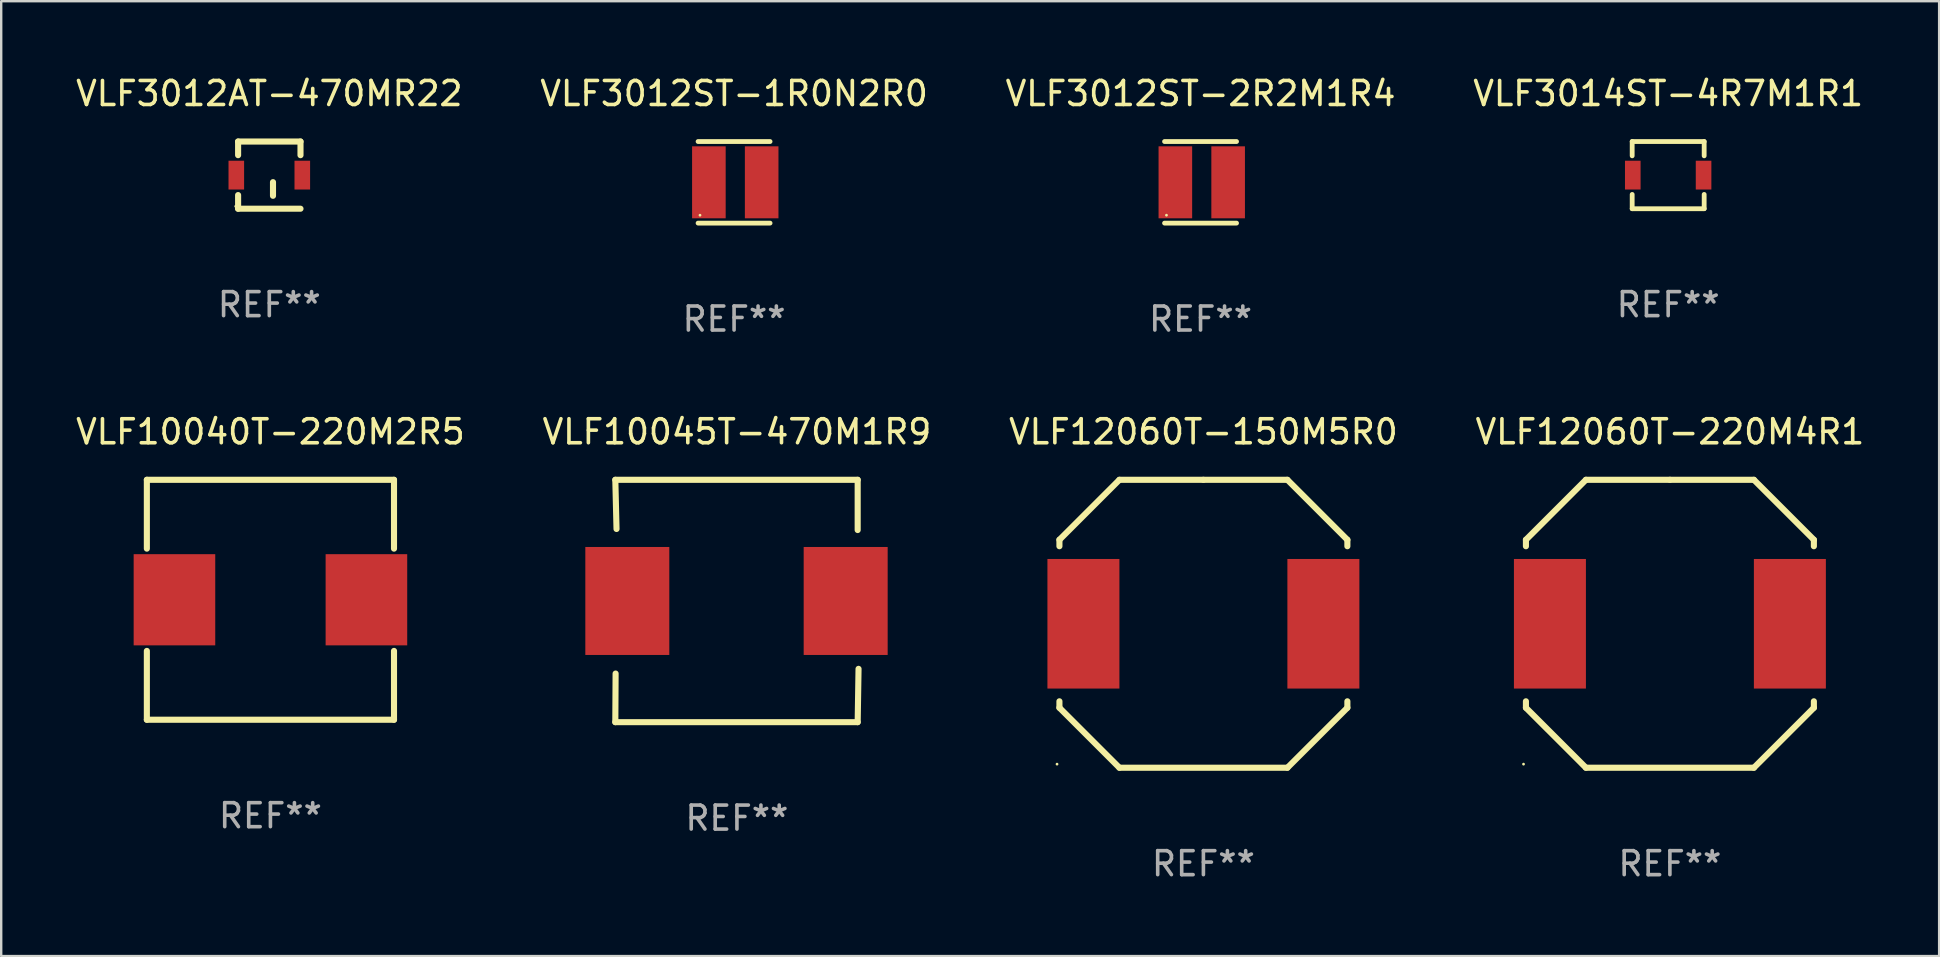
<source format=kicad_pcb>
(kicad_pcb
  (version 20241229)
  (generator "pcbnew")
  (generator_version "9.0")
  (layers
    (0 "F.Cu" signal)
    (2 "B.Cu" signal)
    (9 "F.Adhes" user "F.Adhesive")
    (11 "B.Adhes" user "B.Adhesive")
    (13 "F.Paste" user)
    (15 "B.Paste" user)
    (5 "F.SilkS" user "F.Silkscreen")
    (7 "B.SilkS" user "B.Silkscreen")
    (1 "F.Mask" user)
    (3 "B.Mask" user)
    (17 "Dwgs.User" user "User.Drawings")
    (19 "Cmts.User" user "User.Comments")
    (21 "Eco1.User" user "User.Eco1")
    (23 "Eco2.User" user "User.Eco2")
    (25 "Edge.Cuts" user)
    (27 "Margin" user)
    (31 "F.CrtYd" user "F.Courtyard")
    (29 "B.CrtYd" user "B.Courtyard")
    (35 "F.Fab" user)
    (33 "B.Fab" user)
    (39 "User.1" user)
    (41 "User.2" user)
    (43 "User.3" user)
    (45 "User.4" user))
  (footprint "VLF3012ST-2R2M1R4"
    (layer "F.Cu")
    (at 46.982 4.548)
    (property "Reference" "VLF3012ST-2R2M1R4" (at 0 -3.7 0) (layer "F.SilkS") (effects (font (size 1 1) (thickness 0.15))))
    (attr through_hole)
    (fp_line (start -1.5 -1.7) (end 1.5 -1.7) (stroke (width 0.2) (type solid)) (layer "F.SilkS"))
    (fp_line (start -1.5 1.7) (end 1.5 1.7) (stroke (width 0.2) (type solid)) (layer "F.SilkS"))
    (fp_circle (center -1.42 1.37) (end -1.39 1.37) (stroke (width 0.06) (type solid)) (fill no) (layer "F.SilkS"))
    (fp_text user "REF**" (at 0 5.7 0) (layer "F.Fab") (effects (font (size 1 1) (thickness 0.15))))
    (pad "1" smd rect (at -1.05 0) (size 1.4 3) (layers "F.Cu" "F.Mask" "F.Paste"))
    (pad "2" smd rect (at 1.15 0) (size 1.4 3) (layers "F.Cu" "F.Mask" "F.Paste")))
  (footprint "VLF3014ST-4R7M1R1"
    (layer "F.Cu")
    (at 66.47 4.248)
    (property "Reference" "VLF3014ST-4R7M1R1" (at 0 -3.4 0) (layer "F.SilkS") (effects (font (size 1 1) (thickness 0.15))))
    (attr through_hole)
    (fp_line (start -1.5 -1.4) (end -1.5 -0.804) (stroke (width 0.2) (type solid)) (layer "F.SilkS"))
    (fp_line (start -1.5 -1.4) (end 1.5 -1.4) (stroke (width 0.2) (type solid)) (layer "F.SilkS"))
    (fp_line (start -1.5 0.804) (end -1.5 1.4) (stroke (width 0.2) (type solid)) (layer "F.SilkS"))
    (fp_line (start -1.5 1.4) (end 1.5 1.4) (stroke (width 0.2) (type solid)) (layer "F.SilkS"))
    (fp_line (start 1.5 -1.4) (end 1.5 -0.804) (stroke (width 0.2) (type solid)) (layer "F.SilkS"))
    (fp_line (start 1.5 0.804) (end 1.5 1.4) (stroke (width 0.2) (type solid)) (layer "F.SilkS"))
    (fp_circle (center -1.5 1.4) (end -1.47 1.4) (stroke (width 0.06) (type solid)) (fill no) (layer "F.SilkS"))
    (fp_text user "REF**" (at 0 5.4 0) (layer "F.Fab") (effects (font (size 1 1) (thickness 0.15))))
    (pad "1" smd rect (at -1.475 0) (size 0.65 1.2) (layers "F.Cu" "F.Mask" "F.Paste"))
    (pad "2" smd rect (at 1.475 0) (size 0.65 1.2) (layers "F.Cu" "F.Mask" "F.Paste")))
  (footprint "VLF12060T-150M5R0"
    (layer "F.Cu")
    (at 47.101 22.945)
    (property "Reference" "VLF12060T-150M5R0" (at 0 -8 0) (layer "F.SilkS") (effects (font (size 1 1) (thickness 0.15))))
    (attr through_hole)
    (fp_line (start -6 -3.5) (end -3.5 -6) (stroke (width 0.254) (type solid)) (layer "F.SilkS"))
    (fp_line (start -6 -3.231) (end -6 -3.5) (stroke (width 0.254) (type solid)) (layer "F.SilkS"))
    (fp_line (start -6 3.5) (end -6 3.231) (stroke (width 0.254) (type solid)) (layer "F.SilkS"))
    (fp_line (start -3.5 -6) (end 0 -6) (stroke (width 0.254) (type solid)) (layer "F.SilkS"))
    (fp_line (start -3.5 6) (end -6 3.5) (stroke (width 0.254) (type solid)) (layer "F.SilkS"))
    (fp_line (start 0 -6) (end 3.5 -6) (stroke (width 0.254) (type solid)) (layer "F.SilkS"))
    (fp_line (start 3.5 -6) (end 6 -3.5) (stroke (width 0.254) (type solid)) (layer "F.SilkS"))
    (fp_line (start 3.5 6) (end -3.5 6) (stroke (width 0.254) (type solid)) (layer "F.SilkS"))
    (fp_line (start 6 -3.5) (end 6 -3.231) (stroke (width 0.254) (type solid)) (layer "F.SilkS"))
    (fp_line (start 6 3.231) (end 6 3.5) (stroke (width 0.254) (type solid)) (layer "F.SilkS"))
    (fp_line (start 6 3.5) (end 3.5 6) (stroke (width 0.254) (type solid)) (layer "F.SilkS"))
    (fp_circle (center -6.1 5.85) (end -6.07 5.85) (stroke (width 0.06) (type solid)) (fill no) (layer "F.SilkS"))
    (fp_text user "REF**" (at 0 10 0) (layer "F.Fab") (effects (font (size 1 1) (thickness 0.15))))
    (pad "1" smd rect (at -5 0) (size 3 5.4) (layers "F.Cu" "F.Mask" "F.Paste"))
    (pad "2" smd rect (at 5 0) (size 3 5.4) (layers "F.Cu" "F.Mask" "F.Paste")))
  (footprint "VLF3012ST-1R0N2R0"
    (layer "F.Cu")
    (at 27.542 4.548)
    (property "Reference" "VLF3012ST-1R0N2R0" (at 0 -3.7 0) (layer "F.SilkS") (effects (font (size 1 1) (thickness 0.15))))
    (attr through_hole)
    (fp_line (start -1.5 -1.7) (end 1.5 -1.7) (stroke (width 0.2) (type solid)) (layer "F.SilkS"))
    (fp_line (start -1.5 1.7) (end 1.5 1.7) (stroke (width 0.2) (type solid)) (layer "F.SilkS"))
    (fp_circle (center -1.42 1.37) (end -1.39 1.37) (stroke (width 0.06) (type solid)) (fill no) (layer "F.SilkS"))
    (fp_text user "REF**" (at 0 5.7 0) (layer "F.Fab") (effects (font (size 1 1) (thickness 0.15))))
    (pad "1" smd rect (at -1.05 0) (size 1.4 3) (layers "F.Cu" "F.Mask" "F.Paste"))
    (pad "2" smd rect (at 1.15 0) (size 1.4 3) (layers "F.Cu" "F.Mask" "F.Paste")))
  (footprint "VLF3012AT-470MR22"
    (layer "F.Cu")
    (at 8.173 4.248)
    (property "Reference" "VLF3012AT-470MR22" (at 0 -3.4 0) (layer "F.SilkS") (effects (font (size 1 1) (thickness 0.15))))
    (attr through_hole)
    (fp_line (start -1.3 -1.4) (end -1.3 -0.831) (stroke (width 0.254) (type solid)) (layer "F.SilkS"))
    (fp_line (start -1.3 -1.4) (end 1.3 -1.4) (stroke (width 0.254) (type solid)) (layer "F.SilkS"))
    (fp_line (start -1.3 0.831) (end -1.3 1.4) (stroke (width 0.254) (type solid)) (layer "F.SilkS"))
    (fp_line (start 0.154 0.862) (end 0.154 0.293) (stroke (width 0.254) (type solid)) (layer "F.SilkS"))
    (fp_line (start 1.3 -0.831) (end 1.3 -1.4) (stroke (width 0.254) (type solid)) (layer "F.SilkS"))
    (fp_line (start 1.3 1.4) (end -1.3 1.4) (stroke (width 0.254) (type solid)) (layer "F.SilkS"))
    (fp_circle (center -1.4 1.3) (end -1.37 1.3) (stroke (width 0.06) (type solid)) (fill no) (layer "F.SilkS"))
    (fp_text user "REF**" (at 0 5.4 0) (layer "F.Fab") (effects (font (size 1 1) (thickness 0.15))))
    (pad "1" smd rect (at -1.375 0) (size 0.65 1.2) (layers "F.Cu" "F.Mask" "F.Paste"))
    (pad "2" smd rect (at 1.375 0) (size 0.65 1.2) (layers "F.Cu" "F.Mask" "F.Paste")))
  (footprint "VLF10045T-470M1R9"
    (layer "F.Cu")
    (at 27.661 21.995)
    (property "Reference" "VLF10045T-470M1R9" (at 0 -7.05 0) (layer "F.SilkS") (effects (font (size 1 1) (thickness 0.15))))
    (attr through_hole)
    (fp_line (start -5.068 -5.05) (end 5.032 -5.05) (stroke (width 0.254) (type solid)) (layer "F.SilkS"))
    (fp_line (start -5.068 5.05) (end -5.056 3.025) (stroke (width 0.254) (type solid)) (layer "F.SilkS"))
    (fp_line (start -5.018 -3) (end -5.068 -5.05) (stroke (width 0.254) (type solid)) (layer "F.SilkS"))
    (fp_line (start 5.032 -5.05) (end 5.032 -2.956) (stroke (width 0.254) (type solid)) (layer "F.SilkS"))
    (fp_line (start 5.032 5.05) (end -5.068 5.05) (stroke (width 0.254) (type solid)) (layer "F.SilkS"))
    (fp_line (start 5.068 2.829) (end 5.032 5.05) (stroke (width 0.254) (type solid)) (layer "F.SilkS"))
    (fp_circle (center -5.068 5.05) (end -5.038 5.05) (stroke (width 0.06) (type solid)) (fill no) (layer "F.SilkS"))
    (fp_text user "REF**" (at 0 9.05 0) (layer "F.Fab") (effects (font (size 1 1) (thickness 0.15))))
    (pad "1" smd rect (at -4.568 0 90) (size 4.5 3.5) (layers "F.Cu" "F.Mask" "F.Paste"))
    (pad "2" smd rect (at 4.532 0 90) (size 4.5 3.5) (layers "F.Cu" "F.Mask" "F.Paste")))
  (footprint "VLF10040T-220M2R5"
    (layer "F.Cu")
    (at 8.22 21.945)
    (property "Reference" "VLF10040T-220M2R5" (at 0 -7 0) (layer "F.SilkS") (effects (font (size 1 1) (thickness 0.15))))
    (attr through_hole)
    (fp_line (start -5.15 -5) (end 5.15 -5) (stroke (width 0.254) (type solid)) (layer "F.SilkS"))
    (fp_line (start -5.15 -2.131) (end -5.15 -5) (stroke (width 0.254) (type solid)) (layer "F.SilkS"))
    (fp_line (start -5.15 5) (end -5.15 2.131) (stroke (width 0.254) (type solid)) (layer "F.SilkS"))
    (fp_line (start -5.15 5) (end 5.15 5) (stroke (width 0.254) (type solid)) (layer "F.SilkS"))
    (fp_line (start 5.15 -2.131) (end 5.15 -5) (stroke (width 0.254) (type solid)) (layer "F.SilkS"))
    (fp_line (start 5.15 5) (end 5.15 2.131) (stroke (width 0.254) (type solid)) (layer "F.SilkS"))
    (fp_circle (center -5.15 5) (end -5.12 5) (stroke (width 0.06) (type solid)) (fill no) (layer "F.SilkS"))
    (fp_text user "REF**" (at 0 9 0) (layer "F.Fab") (effects (font (size 1 1) (thickness 0.15))))
    (pad "1" smd rect (at -4 0) (size 3.4 3.8) (layers "F.Cu" "F.Mask" "F.Paste"))
    (pad "2" smd rect (at 4 0) (size 3.4 3.8) (layers "F.Cu" "F.Mask" "F.Paste")))
  (footprint "VLF12060T-220M4R1"
    (layer "F.Cu")
    (at 66.542 22.945)
    (property "Reference" "VLF12060T-220M4R1" (at 0 -8 0) (layer "F.SilkS") (effects (font (size 1 1) (thickness 0.15))))
    (attr through_hole)
    (fp_line (start -6 -3.5) (end -3.5 -6) (stroke (width 0.254) (type solid)) (layer "F.SilkS"))
    (fp_line (start -6 -3.231) (end -6 -3.5) (stroke (width 0.254) (type solid)) (layer "F.SilkS"))
    (fp_line (start -6 3.5) (end -6 3.231) (stroke (width 0.254) (type solid)) (layer "F.SilkS"))
    (fp_line (start -3.5 -6) (end 0 -6) (stroke (width 0.254) (type solid)) (layer "F.SilkS"))
    (fp_line (start -3.5 6) (end -6 3.5) (stroke (width 0.254) (type solid)) (layer "F.SilkS"))
    (fp_line (start 0 -6) (end 3.5 -6) (stroke (width 0.254) (type solid)) (layer "F.SilkS"))
    (fp_line (start 3.5 -6) (end 6 -3.5) (stroke (width 0.254) (type solid)) (layer "F.SilkS"))
    (fp_line (start 3.5 6) (end -3.5 6) (stroke (width 0.254) (type solid)) (layer "F.SilkS"))
    (fp_line (start 6 -3.5) (end 6 -3.231) (stroke (width 0.254) (type solid)) (layer "F.SilkS"))
    (fp_line (start 6 3.231) (end 6 3.5) (stroke (width 0.254) (type solid)) (layer "F.SilkS"))
    (fp_line (start 6 3.5) (end 3.5 6) (stroke (width 0.254) (type solid)) (layer "F.SilkS"))
    (fp_circle (center -6.1 5.85) (end -6.07 5.85) (stroke (width 0.06) (type solid)) (fill no) (layer "F.SilkS"))
    (fp_text user "REF**" (at 0 10 0) (layer "F.Fab") (effects (font (size 1 1) (thickness 0.15))))
    (pad "1" smd rect (at -5 0) (size 3 5.4) (layers "F.Cu" "F.Mask" "F.Paste"))
    (pad "2" smd rect (at 5 0) (size 3 5.4) (layers "F.Cu" "F.Mask" "F.Paste")))
  (gr_rect
    (start -3 -3)
    (end 77.762 36.793)
    (stroke (width 0.1) (type default))
    (fill no)
    (layer "Edge.Cuts")))
</source>
